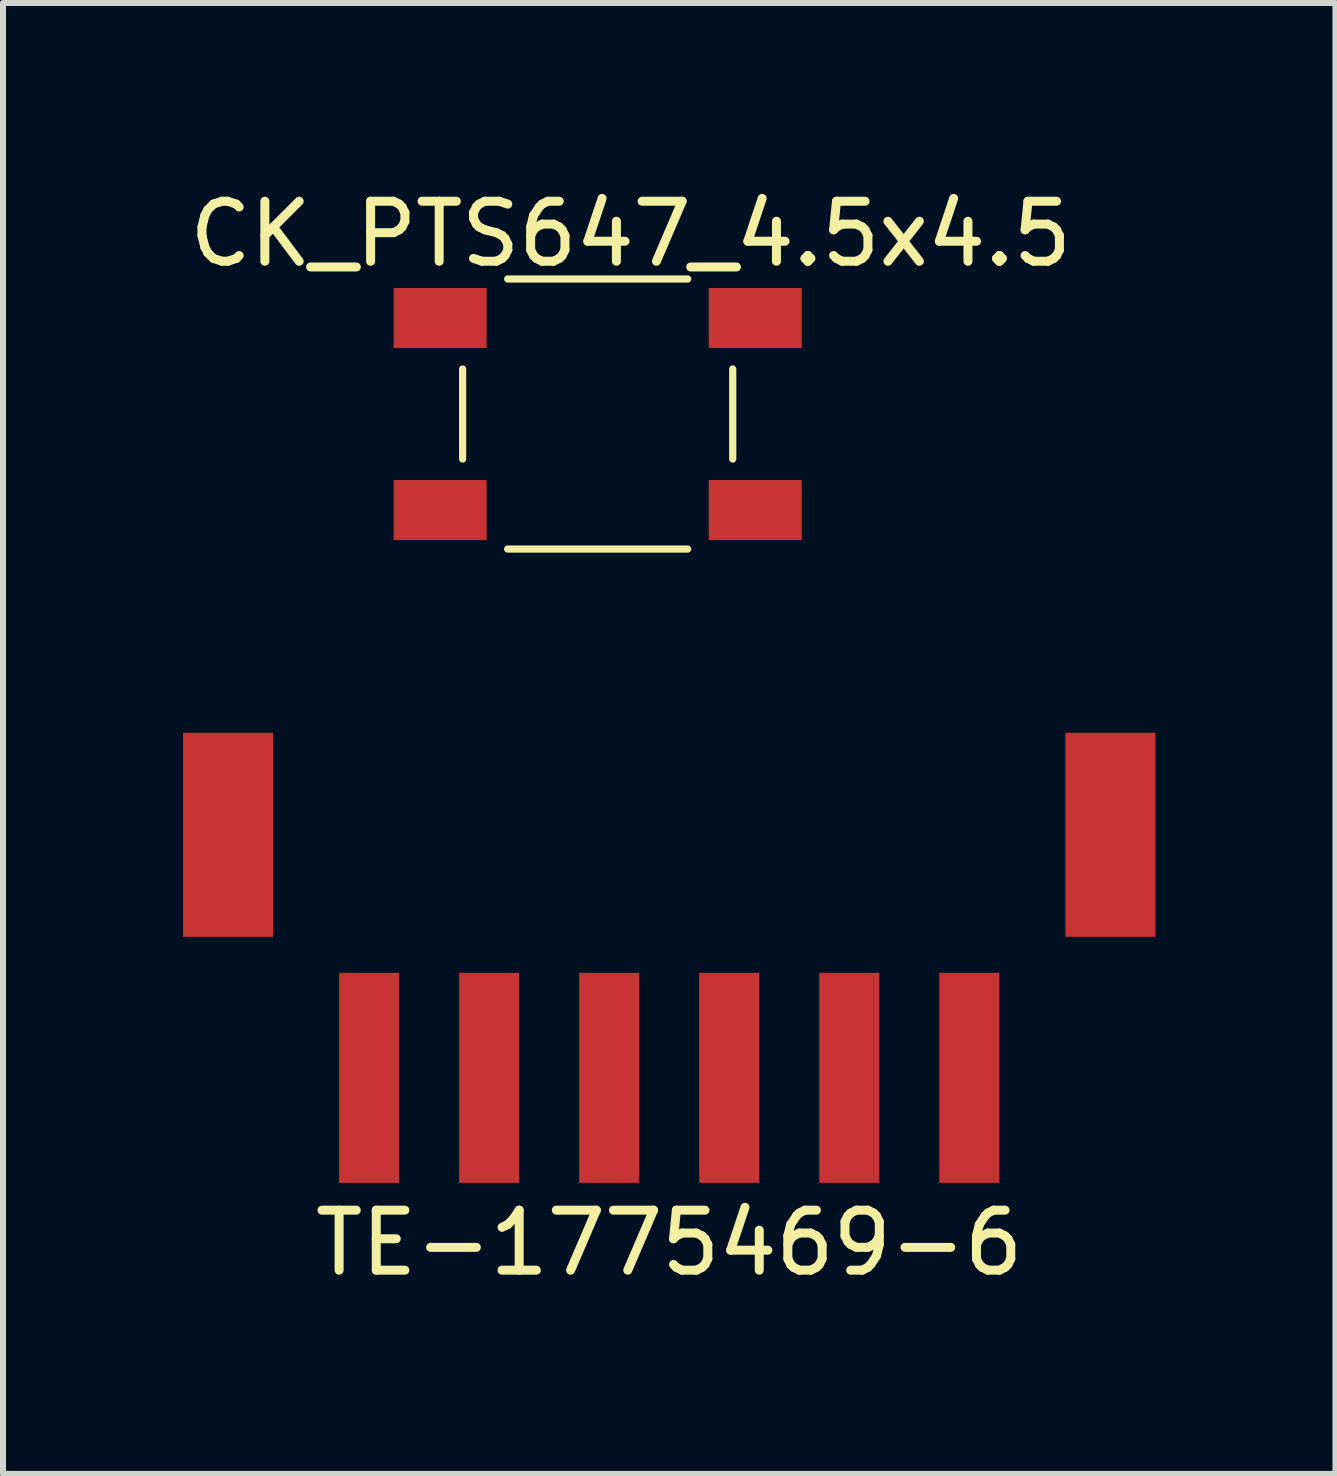
<source format=kicad_pcb>
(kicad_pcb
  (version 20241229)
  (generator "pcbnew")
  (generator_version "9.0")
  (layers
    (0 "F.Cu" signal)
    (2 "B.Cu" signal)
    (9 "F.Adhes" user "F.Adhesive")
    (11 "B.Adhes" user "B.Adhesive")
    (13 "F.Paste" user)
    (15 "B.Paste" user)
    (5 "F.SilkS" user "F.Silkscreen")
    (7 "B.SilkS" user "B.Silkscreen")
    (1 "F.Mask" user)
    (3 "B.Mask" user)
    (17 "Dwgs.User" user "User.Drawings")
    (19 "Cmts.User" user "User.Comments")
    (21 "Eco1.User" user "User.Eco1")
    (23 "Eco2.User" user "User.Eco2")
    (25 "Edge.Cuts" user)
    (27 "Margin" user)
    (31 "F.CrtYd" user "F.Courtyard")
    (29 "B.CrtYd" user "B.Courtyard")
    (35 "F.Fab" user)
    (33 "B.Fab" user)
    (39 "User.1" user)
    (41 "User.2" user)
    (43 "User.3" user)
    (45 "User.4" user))
  (footprint "TE-1775469-6"
    (layer "F.Cu")
    (at 8.1 13.158)
    (property "Reference" "TE-1775469-6" (at 0 4.5 0) (layer "F.SilkS") (effects (font (size 1 1) (thickness 0.15))))
    (attr through_hole)
    (pad "1" smd rect (at -5 1.75) (size 1 3.5) (layers "F.Cu" "F.Mask" "F.Paste"))
    (pad "2" smd rect (at -3 1.75) (size 1 3.5) (layers "F.Cu" "F.Mask" "F.Paste"))
    (pad "3" smd rect (at -1 1.75) (size 1 3.5) (layers "F.Cu" "F.Mask" "F.Paste"))
    (pad "4" smd rect (at 1 1.75) (size 1 3.5) (layers "F.Cu" "F.Mask" "F.Paste"))
    (pad "5" smd rect (at 3 1.75) (size 1 3.5) (layers "F.Cu" "F.Mask" "F.Paste"))
    (pad "6" smd rect (at 5 1.75) (size 1 3.5) (layers "F.Cu" "F.Mask" "F.Paste"))
    (pad "MP" smd rect (at -7.35 -2.3) (size 1.5 3.4) (layers "F.Cu" "F.Mask" "F.Paste"))
    (pad "MP" smd rect (at 7.35 -2.3) (size 1.5 3.4) (layers "F.Cu" "F.Mask" "F.Paste")))
  (footprint "CK_PTS647_4.5x4.5"
    (layer "F.Cu")
    (at 6.908 3.848)
    (property "Reference" "CK_PTS647_4.5x4.5" (at 0.55 -3 0) (layer "F.SilkS") (effects (font (size 1 1) (thickness 0.15))))
    (attr through_hole)
    (fp_line (start -2.25 0.75) (end -2.25 -0.75) (stroke (width 0.12) (type solid)) (layer "F.SilkS"))
    (fp_line (start -1.5 -2.25) (end 1.5 -2.25) (stroke (width 0.12) (type solid)) (layer "F.SilkS"))
    (fp_line (start 1.5 2.25) (end -1.5 2.25) (stroke (width 0.12) (type solid)) (layer "F.SilkS"))
    (fp_line (start 2.25 -0.75) (end 2.25 0.75) (stroke (width 0.12) (type solid)) (layer "F.SilkS"))
    (pad "1" smd rect (at -2.625 -1.6) (size 1.55 1) (layers "F.Cu" "F.Mask" "F.Paste"))
    (pad "2" smd rect (at 2.625 -1.6) (size 1.55 1) (layers "F.Cu" "F.Mask" "F.Paste"))
    (pad "3" smd rect (at -2.625 1.6) (size 1.55 1) (layers "F.Cu" "F.Mask" "F.Paste"))
    (pad "4" smd rect (at 2.625 1.6) (size 1.55 1) (layers "F.Cu" "F.Mask" "F.Paste")))
  (gr_rect
    (start -3 -3)
    (end 19.2 21.506)
    (stroke (width 0.1) (type default))
    (fill no)
    (layer "Edge.Cuts")))
</source>
